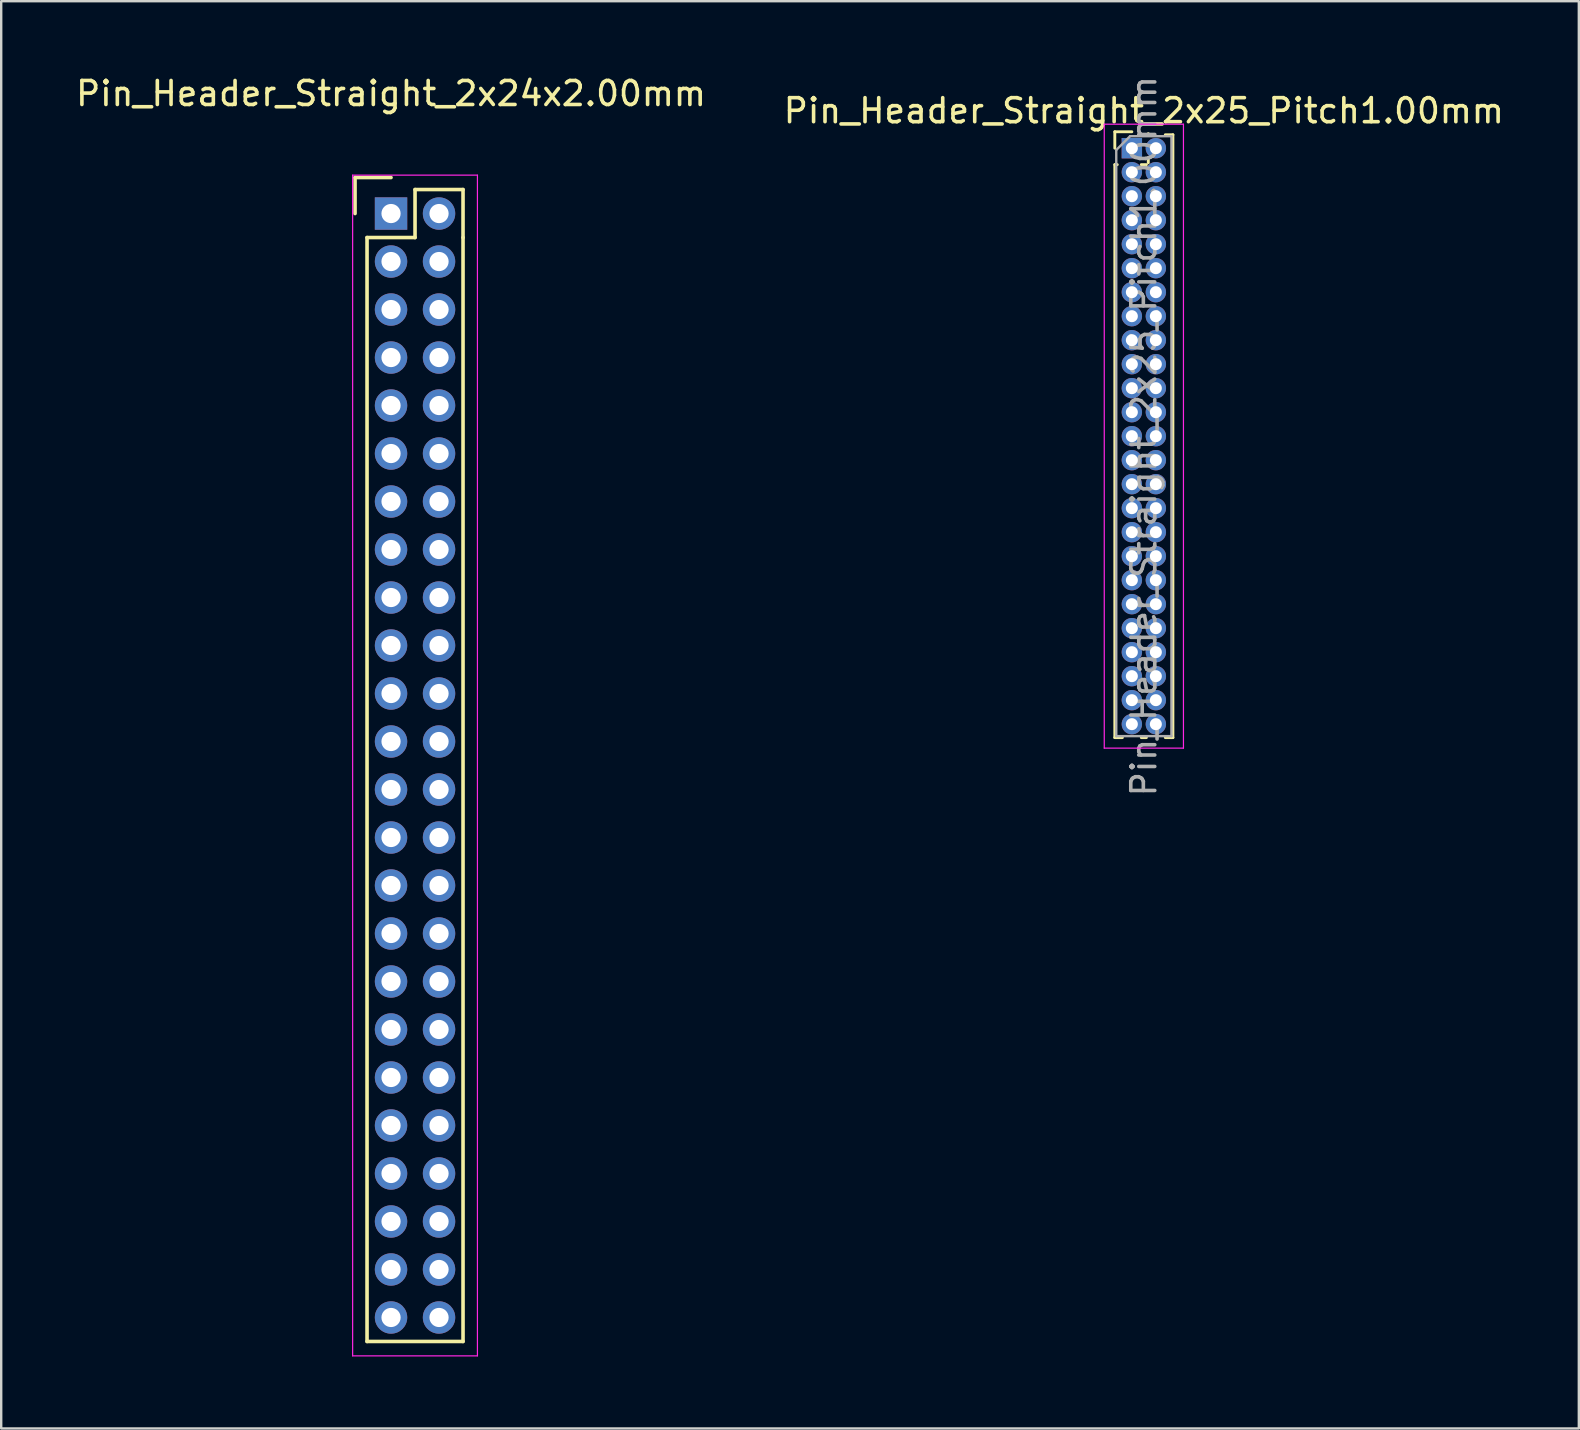
<source format=kicad_pcb>
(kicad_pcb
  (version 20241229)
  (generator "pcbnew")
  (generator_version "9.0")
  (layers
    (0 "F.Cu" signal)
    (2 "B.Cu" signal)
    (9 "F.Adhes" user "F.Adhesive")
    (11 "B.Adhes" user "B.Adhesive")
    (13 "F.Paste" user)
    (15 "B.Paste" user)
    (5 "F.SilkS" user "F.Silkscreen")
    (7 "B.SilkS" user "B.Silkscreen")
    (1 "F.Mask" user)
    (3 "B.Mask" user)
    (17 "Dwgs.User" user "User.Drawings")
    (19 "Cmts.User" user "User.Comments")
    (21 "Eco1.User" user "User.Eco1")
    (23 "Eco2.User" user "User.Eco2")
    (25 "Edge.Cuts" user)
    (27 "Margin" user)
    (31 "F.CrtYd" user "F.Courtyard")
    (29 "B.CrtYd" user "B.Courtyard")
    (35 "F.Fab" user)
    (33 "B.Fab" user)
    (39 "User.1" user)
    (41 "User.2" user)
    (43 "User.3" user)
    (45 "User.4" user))
  (footprint "Pin_Header_Straight_2x24x2.00mm"
    (layer "F.Cu")
    (at 13.244 5.848)
    (property "Reference" "Pin_Header_Straight_2x24x2.00mm" (at 0 -5 0) (layer "F.SilkS") (effects (font (size 1 1) (thickness 0.15))))
    (attr through_hole)
    (fp_line (start -1.5 -1.5) (end 0 -1.5) (stroke (width 0.15) (type solid)) (layer "F.SilkS"))
    (fp_line (start -1.5 0) (end -1.5 -1.5) (stroke (width 0.15) (type solid)) (layer "F.SilkS"))
    (fp_line (start -1 1) (end 1 1) (stroke (width 0.15) (type solid)) (layer "F.SilkS"))
    (fp_line (start -1 47) (end -1 1) (stroke (width 0.15) (type solid)) (layer "F.SilkS"))
    (fp_line (start 1 -1) (end 3 -1) (stroke (width 0.15) (type solid)) (layer "F.SilkS"))
    (fp_line (start 1 1) (end 1 -1) (stroke (width 0.15) (type solid)) (layer "F.SilkS"))
    (fp_line (start 3 -1) (end 3 1) (stroke (width 0.15) (type solid)) (layer "F.SilkS"))
    (fp_line (start 3 1) (end 3 47) (stroke (width 0.15) (type solid)) (layer "F.SilkS"))
    (fp_line (start 3 47) (end -1 47) (stroke (width 0.15) (type solid)) (layer "F.SilkS"))
    (fp_line (start -1.6 -1.6) (end 3.6 -1.6) (stroke (width 0.05) (type solid)) (layer "F.CrtYd"))
    (fp_line (start -1.6 47.6) (end -1.6 -1.6) (stroke (width 0.05) (type solid)) (layer "F.CrtYd"))
    (fp_line (start 3.6 -1.6) (end 3.6 47.6) (stroke (width 0.05) (type solid)) (layer "F.CrtYd"))
    (fp_line (start 3.6 47.6) (end -1.6 47.6) (stroke (width 0.05) (type solid)) (layer "F.CrtYd"))
    (pad "1" thru_hole rect (at 0 0) (size 1.35 1.35) (drill 0.8) (layers "*.Cu" "*.Mask"))
    (pad "2" thru_hole circle (at 2 0) (size 1.35 1.35) (drill 0.8) (layers "*.Cu" "*.Mask"))
    (pad "3" thru_hole circle (at 0 2) (size 1.35 1.35) (drill 0.8) (layers "*.Cu" "*.Mask"))
    (pad "4" thru_hole circle (at 2 2) (size 1.35 1.35) (drill 0.8) (layers "*.Cu" "*.Mask"))
    (pad "5" thru_hole circle (at 0 4) (size 1.35 1.35) (drill 0.8) (layers "*.Cu" "*.Mask"))
    (pad "6" thru_hole circle (at 2 4) (size 1.35 1.35) (drill 0.8) (layers "*.Cu" "*.Mask"))
    (pad "7" thru_hole circle (at 0 6) (size 1.35 1.35) (drill 0.8) (layers "*.Cu" "*.Mask"))
    (pad "8" thru_hole circle (at 2 6) (size 1.35 1.35) (drill 0.8) (layers "*.Cu" "*.Mask"))
    (pad "9" thru_hole circle (at 0 8) (size 1.35 1.35) (drill 0.8) (layers "*.Cu" "*.Mask"))
    (pad "10" thru_hole circle (at 2 8) (size 1.35 1.35) (drill 0.8) (layers "*.Cu" "*.Mask"))
    (pad "11" thru_hole circle (at 0 10) (size 1.35 1.35) (drill 0.8) (layers "*.Cu" "*.Mask"))
    (pad "12" thru_hole circle (at 2 10) (size 1.35 1.35) (drill 0.8) (layers "*.Cu" "*.Mask"))
    (pad "13" thru_hole circle (at 0 12) (size 1.35 1.35) (drill 0.8) (layers "*.Cu" "*.Mask"))
    (pad "14" thru_hole circle (at 2 12) (size 1.35 1.35) (drill 0.8) (layers "*.Cu" "*.Mask"))
    (pad "15" thru_hole circle (at 0 14) (size 1.35 1.35) (drill 0.8) (layers "*.Cu" "*.Mask"))
    (pad "16" thru_hole circle (at 2 14) (size 1.35 1.35) (drill 0.8) (layers "*.Cu" "*.Mask"))
    (pad "17" thru_hole circle (at 0 16) (size 1.35 1.35) (drill 0.8) (layers "*.Cu" "*.Mask"))
    (pad "18" thru_hole circle (at 2 16) (size 1.35 1.35) (drill 0.8) (layers "*.Cu" "*.Mask"))
    (pad "19" thru_hole circle (at 0 18) (size 1.35 1.35) (drill 0.8) (layers "*.Cu" "*.Mask"))
    (pad "20" thru_hole circle (at 2 18) (size 1.35 1.35) (drill 0.8) (layers "*.Cu" "*.Mask"))
    (pad "21" thru_hole circle (at 0 20) (size 1.35 1.35) (drill 0.8) (layers "*.Cu" "*.Mask"))
    (pad "22" thru_hole circle (at 2 20) (size 1.35 1.35) (drill 0.8) (layers "*.Cu" "*.Mask"))
    (pad "23" thru_hole circle (at 0 22) (size 1.35 1.35) (drill 0.8) (layers "*.Cu" "*.Mask"))
    (pad "24" thru_hole circle (at 2 22) (size 1.35 1.35) (drill 0.8) (layers "*.Cu" "*.Mask"))
    (pad "25" thru_hole circle (at 0 24) (size 1.35 1.35) (drill 0.8) (layers "*.Cu" "*.Mask"))
    (pad "26" thru_hole circle (at 2 24) (size 1.35 1.35) (drill 0.8) (layers "*.Cu" "*.Mask"))
    (pad "27" thru_hole circle (at 0 26) (size 1.35 1.35) (drill 0.8) (layers "*.Cu" "*.Mask"))
    (pad "28" thru_hole circle (at 2 26) (size 1.35 1.35) (drill 0.8) (layers "*.Cu" "*.Mask"))
    (pad "29" thru_hole circle (at 0 28) (size 1.35 1.35) (drill 0.8) (layers "*.Cu" "*.Mask"))
    (pad "30" thru_hole circle (at 2 28) (size 1.35 1.35) (drill 0.8) (layers "*.Cu" "*.Mask"))
    (pad "31" thru_hole circle (at 0 30) (size 1.35 1.35) (drill 0.8) (layers "*.Cu" "*.Mask"))
    (pad "32" thru_hole circle (at 2 30) (size 1.35 1.35) (drill 0.8) (layers "*.Cu" "*.Mask"))
    (pad "33" thru_hole circle (at 0 32) (size 1.35 1.35) (drill 0.8) (layers "*.Cu" "*.Mask"))
    (pad "34" thru_hole circle (at 2 32) (size 1.35 1.35) (drill 0.8) (layers "*.Cu" "*.Mask"))
    (pad "35" thru_hole circle (at 0 34) (size 1.35 1.35) (drill 0.8) (layers "*.Cu" "*.Mask"))
    (pad "36" thru_hole circle (at 2 34) (size 1.35 1.35) (drill 0.8) (layers "*.Cu" "*.Mask"))
    (pad "37" thru_hole circle (at 0 36) (size 1.35 1.35) (drill 0.8) (layers "*.Cu" "*.Mask"))
    (pad "38" thru_hole circle (at 2 36) (size 1.35 1.35) (drill 0.8) (layers "*.Cu" "*.Mask"))
    (pad "39" thru_hole circle (at 0 38) (size 1.35 1.35) (drill 0.8) (layers "*.Cu" "*.Mask"))
    (pad "40" thru_hole circle (at 2 38) (size 1.35 1.35) (drill 0.8) (layers "*.Cu" "*.Mask"))
    (pad "41" thru_hole circle (at 0 40) (size 1.35 1.35) (drill 0.8) (layers "*.Cu" "*.Mask"))
    (pad "42" thru_hole circle (at 2 40) (size 1.35 1.35) (drill 0.8) (layers "*.Cu" "*.Mask"))
    (pad "43" thru_hole circle (at 0 42) (size 1.35 1.35) (drill 0.8) (layers "*.Cu" "*.Mask"))
    (pad "44" thru_hole circle (at 2 42) (size 1.35 1.35) (drill 0.8) (layers "*.Cu" "*.Mask"))
    (pad "45" thru_hole circle (at 0 44) (size 1.35 1.35) (drill 0.8) (layers "*.Cu" "*.Mask"))
    (pad "46" thru_hole circle (at 2 44) (size 1.35 1.35) (drill 0.8) (layers "*.Cu" "*.Mask"))
    (pad "47" thru_hole circle (at 0 46) (size 1.35 1.35) (drill 0.8) (layers "*.Cu" "*.Mask"))
    (pad "48" thru_hole circle (at 2 46) (size 1.35 1.35) (drill 0.8) (layers "*.Cu" "*.Mask")))
  (footprint "Pin_Header_Straight_2x25_Pitch1.00mm"
    (layer "F.Cu")
    (at 44.113 3.125)
    (property "Reference" "Pin_Header_Straight_2x25_Pitch1.00mm" (at 0.5 -1.56 0) (layer "F.SilkS") (effects (font (size 1 1) (thickness 0.15))))
    (attr through_hole)
    (fp_line (start -0.71 -0.685) (end 0 -0.685) (stroke (width 0.12) (type solid)) (layer "F.SilkS"))
    (fp_line (start -0.71 0) (end -0.71 -0.685) (stroke (width 0.12) (type solid)) (layer "F.SilkS"))
    (fp_line (start -0.71 0.685) (end -0.71 24.56) (stroke (width 0.12) (type solid)) (layer "F.SilkS"))
    (fp_line (start -0.71 0.685) (end -0.608 0.685) (stroke (width 0.12) (type solid)) (layer "F.SilkS"))
    (fp_line (start -0.71 24.56) (end -0.394 24.56) (stroke (width 0.12) (type solid)) (layer "F.SilkS"))
    (fp_line (start 0.394 24.56) (end 0.606 24.56) (stroke (width 0.12) (type solid)) (layer "F.SilkS"))
    (fp_line (start 0.608 0.685) (end 0.392 0.685) (stroke (width 0.12) (type solid)) (layer "F.SilkS"))
    (fp_line (start 0.685 -0.608) (end 0.685 -0.56) (stroke (width 0.12) (type solid)) (layer "F.SilkS"))
    (fp_line (start 0.685 -0.56) (end 0.606 -0.56) (stroke (width 0.12) (type solid)) (layer "F.SilkS"))
    (fp_line (start 0.685 0.392) (end 0.685 0.608) (stroke (width 0.12) (type solid)) (layer "F.SilkS"))
    (fp_line (start 1.394 -0.56) (end 1.71 -0.56) (stroke (width 0.12) (type solid)) (layer "F.SilkS"))
    (fp_line (start 1.394 24.56) (end 1.71 24.56) (stroke (width 0.12) (type solid)) (layer "F.SilkS"))
    (fp_line (start 1.71 -0.56) (end 1.71 24.56) (stroke (width 0.12) (type solid)) (layer "F.SilkS"))
    (fp_line (start -1.15 -1) (end -1.15 25) (stroke (width 0.05) (type solid)) (layer "F.CrtYd"))
    (fp_line (start -1.15 25) (end 2.15 25) (stroke (width 0.05) (type solid)) (layer "F.CrtYd"))
    (fp_line (start 2.15 -1) (end -1.15 -1) (stroke (width 0.05) (type solid)) (layer "F.CrtYd"))
    (fp_line (start 2.15 25) (end 2.15 -1) (stroke (width 0.05) (type solid)) (layer "F.CrtYd"))
    (fp_line (start -0.65 0.075) (end -0.075 -0.5) (stroke (width 0.1) (type solid)) (layer "F.Fab"))
    (fp_line (start -0.65 24.5) (end -0.65 0.075) (stroke (width 0.1) (type solid)) (layer "F.Fab"))
    (fp_line (start -0.075 -0.5) (end 1.65 -0.5) (stroke (width 0.1) (type solid)) (layer "F.Fab"))
    (fp_line (start 1.65 -0.5) (end 1.65 24.5) (stroke (width 0.1) (type solid)) (layer "F.Fab"))
    (fp_line (start 1.65 24.5) (end -0.65 24.5) (stroke (width 0.1) (type solid)) (layer "F.Fab"))
    (fp_text user "${REFERENCE}" (at 0.5 12 90) (layer "F.Fab") (effects (font (size 1 1) (thickness 0.15))))
    (pad "1" thru_hole rect (at 0 0) (size 0.85 0.85) (drill 0.5) (layers "*.Cu" "*.Mask"))
    (pad "2" thru_hole oval (at 1 0) (size 0.85 0.85) (drill 0.5) (layers "*.Cu" "*.Mask"))
    (pad "3" thru_hole oval (at 0 1) (size 0.85 0.85) (drill 0.5) (layers "*.Cu" "*.Mask"))
    (pad "4" thru_hole oval (at 1 1) (size 0.85 0.85) (drill 0.5) (layers "*.Cu" "*.Mask"))
    (pad "5" thru_hole oval (at 0 2) (size 0.85 0.85) (drill 0.5) (layers "*.Cu" "*.Mask"))
    (pad "6" thru_hole oval (at 1 2) (size 0.85 0.85) (drill 0.5) (layers "*.Cu" "*.Mask"))
    (pad "7" thru_hole oval (at 0 3) (size 0.85 0.85) (drill 0.5) (layers "*.Cu" "*.Mask"))
    (pad "8" thru_hole oval (at 1 3) (size 0.85 0.85) (drill 0.5) (layers "*.Cu" "*.Mask"))
    (pad "9" thru_hole oval (at 0 4) (size 0.85 0.85) (drill 0.5) (layers "*.Cu" "*.Mask"))
    (pad "10" thru_hole oval (at 1 4) (size 0.85 0.85) (drill 0.5) (layers "*.Cu" "*.Mask"))
    (pad "11" thru_hole oval (at 0 5) (size 0.85 0.85) (drill 0.5) (layers "*.Cu" "*.Mask"))
    (pad "12" thru_hole oval (at 1 5) (size 0.85 0.85) (drill 0.5) (layers "*.Cu" "*.Mask"))
    (pad "13" thru_hole oval (at 0 6) (size 0.85 0.85) (drill 0.5) (layers "*.Cu" "*.Mask"))
    (pad "14" thru_hole oval (at 1 6) (size 0.85 0.85) (drill 0.5) (layers "*.Cu" "*.Mask"))
    (pad "15" thru_hole oval (at 0 7) (size 0.85 0.85) (drill 0.5) (layers "*.Cu" "*.Mask"))
    (pad "16" thru_hole oval (at 1 7) (size 0.85 0.85) (drill 0.5) (layers "*.Cu" "*.Mask"))
    (pad "17" thru_hole oval (at 0 8) (size 0.85 0.85) (drill 0.5) (layers "*.Cu" "*.Mask"))
    (pad "18" thru_hole oval (at 1 8) (size 0.85 0.85) (drill 0.5) (layers "*.Cu" "*.Mask"))
    (pad "19" thru_hole oval (at 0 9) (size 0.85 0.85) (drill 0.5) (layers "*.Cu" "*.Mask"))
    (pad "20" thru_hole oval (at 1 9) (size 0.85 0.85) (drill 0.5) (layers "*.Cu" "*.Mask"))
    (pad "21" thru_hole oval (at 0 10) (size 0.85 0.85) (drill 0.5) (layers "*.Cu" "*.Mask"))
    (pad "22" thru_hole oval (at 1 10) (size 0.85 0.85) (drill 0.5) (layers "*.Cu" "*.Mask"))
    (pad "23" thru_hole oval (at 0 11) (size 0.85 0.85) (drill 0.5) (layers "*.Cu" "*.Mask"))
    (pad "24" thru_hole oval (at 1 11) (size 0.85 0.85) (drill 0.5) (layers "*.Cu" "*.Mask"))
    (pad "25" thru_hole oval (at 0 12) (size 0.85 0.85) (drill 0.5) (layers "*.Cu" "*.Mask"))
    (pad "26" thru_hole oval (at 1 12) (size 0.85 0.85) (drill 0.5) (layers "*.Cu" "*.Mask"))
    (pad "27" thru_hole oval (at 0 13) (size 0.85 0.85) (drill 0.5) (layers "*.Cu" "*.Mask"))
    (pad "28" thru_hole oval (at 1 13) (size 0.85 0.85) (drill 0.5) (layers "*.Cu" "*.Mask"))
    (pad "29" thru_hole oval (at 0 14) (size 0.85 0.85) (drill 0.5) (layers "*.Cu" "*.Mask"))
    (pad "30" thru_hole oval (at 1 14) (size 0.85 0.85) (drill 0.5) (layers "*.Cu" "*.Mask"))
    (pad "31" thru_hole oval (at 0 15) (size 0.85 0.85) (drill 0.5) (layers "*.Cu" "*.Mask"))
    (pad "32" thru_hole oval (at 1 15) (size 0.85 0.85) (drill 0.5) (layers "*.Cu" "*.Mask"))
    (pad "33" thru_hole oval (at 0 16) (size 0.85 0.85) (drill 0.5) (layers "*.Cu" "*.Mask"))
    (pad "34" thru_hole oval (at 1 16) (size 0.85 0.85) (drill 0.5) (layers "*.Cu" "*.Mask"))
    (pad "35" thru_hole oval (at 0 17) (size 0.85 0.85) (drill 0.5) (layers "*.Cu" "*.Mask"))
    (pad "36" thru_hole oval (at 1 17) (size 0.85 0.85) (drill 0.5) (layers "*.Cu" "*.Mask"))
    (pad "37" thru_hole oval (at 0 18) (size 0.85 0.85) (drill 0.5) (layers "*.Cu" "*.Mask"))
    (pad "38" thru_hole oval (at 1 18) (size 0.85 0.85) (drill 0.5) (layers "*.Cu" "*.Mask"))
    (pad "39" thru_hole oval (at 0 19) (size 0.85 0.85) (drill 0.5) (layers "*.Cu" "*.Mask"))
    (pad "40" thru_hole oval (at 1 19) (size 0.85 0.85) (drill 0.5) (layers "*.Cu" "*.Mask"))
    (pad "41" thru_hole oval (at 0 20) (size 0.85 0.85) (drill 0.5) (layers "*.Cu" "*.Mask"))
    (pad "42" thru_hole oval (at 1 20) (size 0.85 0.85) (drill 0.5) (layers "*.Cu" "*.Mask"))
    (pad "43" thru_hole oval (at 0 21) (size 0.85 0.85) (drill 0.5) (layers "*.Cu" "*.Mask"))
    (pad "44" thru_hole oval (at 1 21) (size 0.85 0.85) (drill 0.5) (layers "*.Cu" "*.Mask"))
    (pad "45" thru_hole oval (at 0 22) (size 0.85 0.85) (drill 0.5) (layers "*.Cu" "*.Mask"))
    (pad "46" thru_hole oval (at 1 22) (size 0.85 0.85) (drill 0.5) (layers "*.Cu" "*.Mask"))
    (pad "47" thru_hole oval (at 0 23) (size 0.85 0.85) (drill 0.5) (layers "*.Cu" "*.Mask"))
    (pad "48" thru_hole oval (at 1 23) (size 0.85 0.85) (drill 0.5) (layers "*.Cu" "*.Mask"))
    (pad "49" thru_hole oval (at 0 24) (size 0.85 0.85) (drill 0.5) (layers "*.Cu" "*.Mask"))
    (pad "50" thru_hole oval (at 1 24) (size 0.85 0.85) (drill 0.5) (layers "*.Cu" "*.Mask")))
  (gr_rect
    (start -3 -3)
    (end 62.738 56.473)
    (stroke (width 0.1) (type default))
    (fill no)
    (layer "Edge.Cuts")))
</source>
